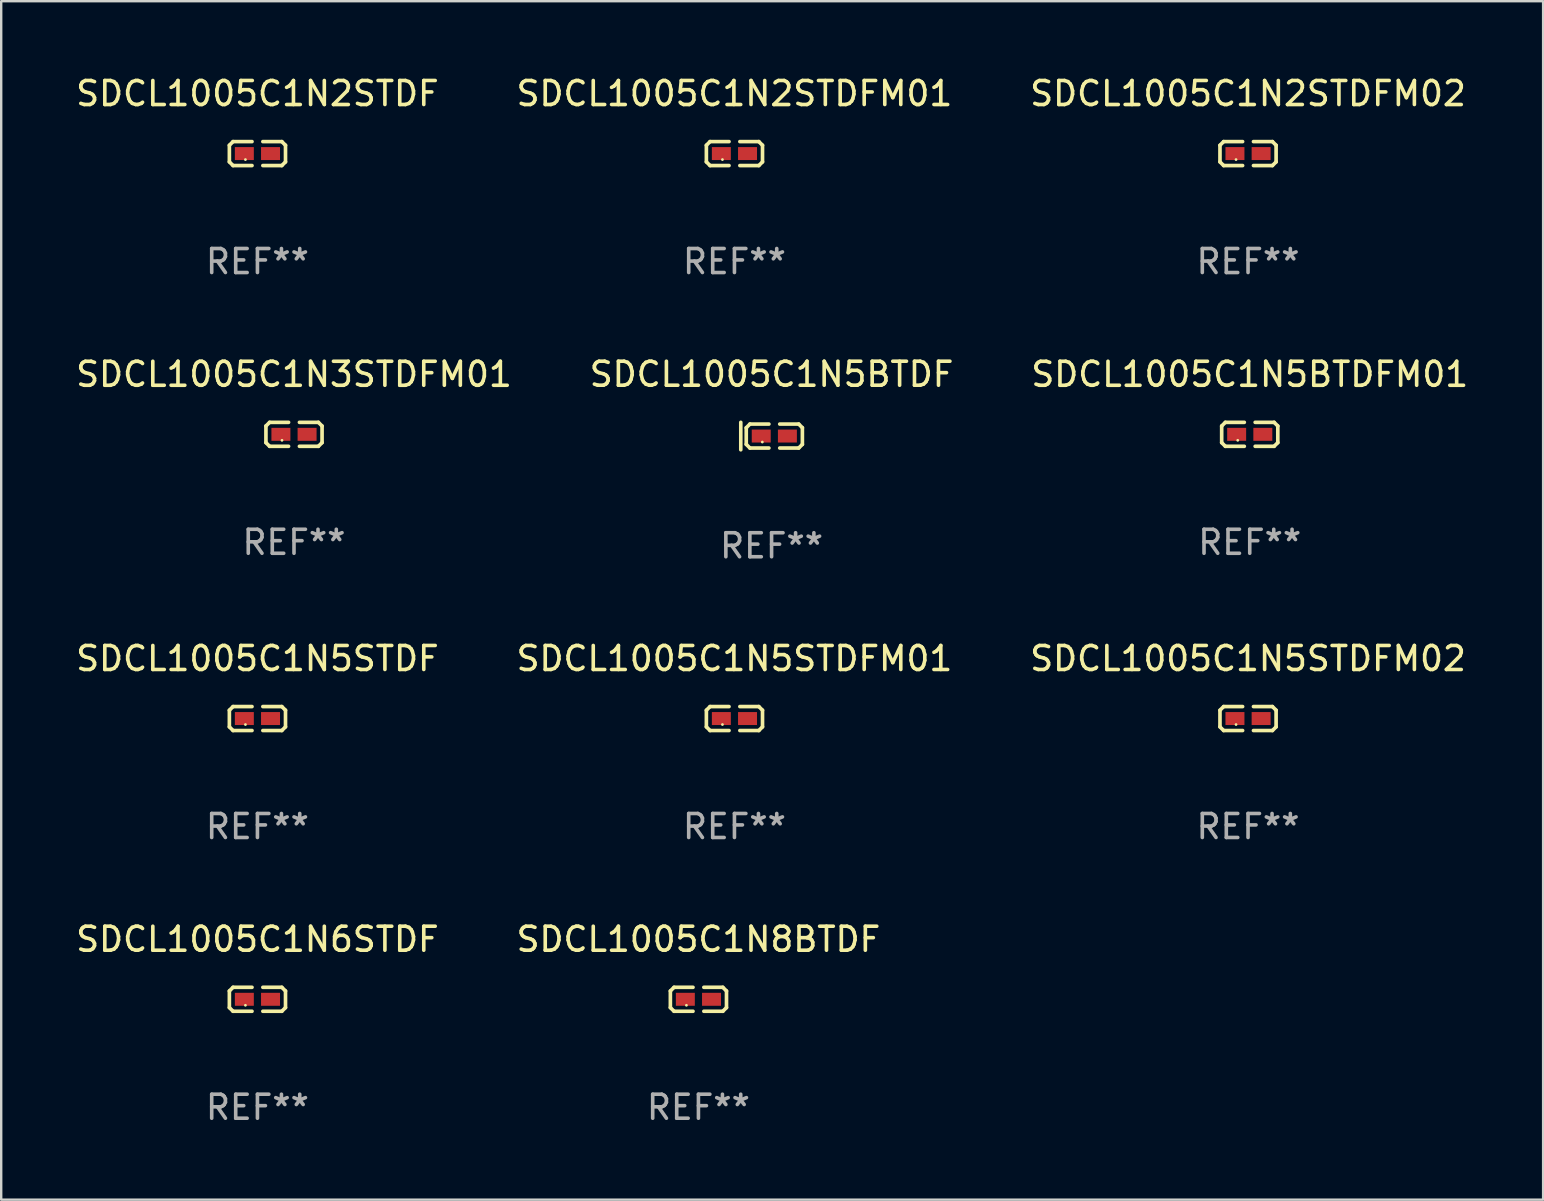
<source format=kicad_pcb>
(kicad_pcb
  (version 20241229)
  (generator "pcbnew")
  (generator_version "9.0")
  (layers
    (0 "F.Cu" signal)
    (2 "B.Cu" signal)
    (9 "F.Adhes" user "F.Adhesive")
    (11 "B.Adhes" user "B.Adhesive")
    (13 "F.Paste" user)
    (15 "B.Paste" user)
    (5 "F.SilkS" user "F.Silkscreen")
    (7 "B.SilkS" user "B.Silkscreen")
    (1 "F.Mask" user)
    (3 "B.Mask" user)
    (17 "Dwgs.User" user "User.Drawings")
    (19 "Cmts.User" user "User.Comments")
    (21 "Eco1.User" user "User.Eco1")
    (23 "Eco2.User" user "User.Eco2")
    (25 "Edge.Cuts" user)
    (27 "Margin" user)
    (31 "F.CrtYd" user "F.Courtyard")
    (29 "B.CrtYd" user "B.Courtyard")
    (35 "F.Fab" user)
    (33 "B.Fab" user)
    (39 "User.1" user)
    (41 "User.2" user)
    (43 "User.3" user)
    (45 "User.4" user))
  (footprint "SDCL1005C1N5BTDF"
    (layer "F.Cu")
    (at 29.089 15.113)
    (property "Reference" "SDCL1005C1N5BTDF" (at 0 -2.572 0) (layer "F.SilkS") (effects (font (size 1 1) (thickness 0.15))))
    (attr through_hole)
    (fp_line (start -1.283 -0.572) (end -1.283 0.572) (stroke (width 0.15) (type solid)) (layer "F.SilkS"))
    (fp_line (start -1.055 -0.346) (end -0.902 -0.499) (stroke (width 0.152) (type solid)) (layer "F.SilkS"))
    (fp_line (start -1.055 0.346) (end -1.055 -0.346) (stroke (width 0.152) (type solid)) (layer "F.SilkS"))
    (fp_line (start -0.902 -0.499) (end -0.112 -0.499) (stroke (width 0.152) (type solid)) (layer "F.SilkS"))
    (fp_line (start -0.902 0.499) (end -1.055 0.346) (stroke (width 0.152) (type solid)) (layer "F.SilkS"))
    (fp_line (start -0.112 0.499) (end -0.902 0.499) (stroke (width 0.152) (type solid)) (layer "F.SilkS"))
    (fp_line (start 0.34 0.499) (end 1.13 0.499) (stroke (width 0.152) (type solid)) (layer "F.SilkS"))
    (fp_line (start 1.13 -0.499) (end 0.34 -0.499) (stroke (width 0.152) (type solid)) (layer "F.SilkS"))
    (fp_line (start 1.13 0.499) (end 1.283 0.346) (stroke (width 0.152) (type solid)) (layer "F.SilkS"))
    (fp_line (start 1.283 -0.346) (end 1.13 -0.499) (stroke (width 0.152) (type solid)) (layer "F.SilkS"))
    (fp_line (start 1.283 0.346) (end 1.283 -0.346) (stroke (width 0.152) (type solid)) (layer "F.SilkS"))
    (fp_circle (center -0.386 0.25) (end -0.356 0.25) (stroke (width 0.06) (type solid)) (fill no) (layer "F.SilkS"))
    (fp_text user "REF**" (at 0 4.572 0) (layer "F.Fab") (effects (font (size 1 1) (thickness 0.15))))
    (pad "1" smd rect (at -0.431 0) (size 0.79 0.54) (layers "F.Cu" "F.Mask" "F.Paste"))
    (pad "2" smd rect (at 0.659 0) (size 0.79 0.54) (layers "F.Cu" "F.Mask" "F.Paste")))
  (footprint "SDCL1005C1N5BTDFM01"
    (layer "F.Cu")
    (at 49.006 15.041)
    (property "Reference" "SDCL1005C1N5BTDFM01" (at 0 -2.499 0) (layer "F.SilkS") (effects (font (size 1 1) (thickness 0.15))))
    (attr through_hole)
    (fp_line (start -1.169 -0.346) (end -1.016 -0.499) (stroke (width 0.152) (type solid)) (layer "F.SilkS"))
    (fp_line (start -1.169 0.346) (end -1.169 -0.346) (stroke (width 0.152) (type solid)) (layer "F.SilkS"))
    (fp_line (start -1.016 -0.499) (end -0.226 -0.499) (stroke (width 0.152) (type solid)) (layer "F.SilkS"))
    (fp_line (start -1.016 0.499) (end -1.169 0.346) (stroke (width 0.152) (type solid)) (layer "F.SilkS"))
    (fp_line (start -0.226 0.499) (end -1.016 0.499) (stroke (width 0.152) (type solid)) (layer "F.SilkS"))
    (fp_line (start 0.226 0.499) (end 1.016 0.499) (stroke (width 0.152) (type solid)) (layer "F.SilkS"))
    (fp_line (start 1.016 -0.499) (end 0.226 -0.499) (stroke (width 0.152) (type solid)) (layer "F.SilkS"))
    (fp_line (start 1.016 0.499) (end 1.169 0.346) (stroke (width 0.152) (type solid)) (layer "F.SilkS"))
    (fp_line (start 1.169 -0.346) (end 1.016 -0.499) (stroke (width 0.152) (type solid)) (layer "F.SilkS"))
    (fp_line (start 1.169 0.346) (end 1.169 -0.346) (stroke (width 0.152) (type solid)) (layer "F.SilkS"))
    (fp_circle (center -0.5 0.25) (end -0.47 0.25) (stroke (width 0.06) (type solid)) (fill no) (layer "F.SilkS"))
    (fp_text user "REF**" (at 0 4.499 0) (layer "F.Fab") (effects (font (size 1 1) (thickness 0.15))))
    (pad "1" smd rect (at -0.545 0) (size 0.79 0.54) (layers "F.Cu" "F.Mask" "F.Paste"))
    (pad "2" smd rect (at 0.545 0) (size 0.79 0.54) (layers "F.Cu" "F.Mask" "F.Paste")))
  (footprint "SDCL1005C1N5STDF"
    (layer "F.Cu")
    (at 7.673 26.88)
    (property "Reference" "SDCL1005C1N5STDF" (at 0 -2.499 0) (layer "F.SilkS") (effects (font (size 1 1) (thickness 0.15))))
    (attr through_hole)
    (fp_line (start -1.169 -0.346) (end -1.016 -0.499) (stroke (width 0.152) (type solid)) (layer "F.SilkS"))
    (fp_line (start -1.169 0.346) (end -1.169 -0.346) (stroke (width 0.152) (type solid)) (layer "F.SilkS"))
    (fp_line (start -1.016 -0.499) (end -0.226 -0.499) (stroke (width 0.152) (type solid)) (layer "F.SilkS"))
    (fp_line (start -1.016 0.499) (end -1.169 0.346) (stroke (width 0.152) (type solid)) (layer "F.SilkS"))
    (fp_line (start -0.226 0.499) (end -1.016 0.499) (stroke (width 0.152) (type solid)) (layer "F.SilkS"))
    (fp_line (start 0.226 0.499) (end 1.016 0.499) (stroke (width 0.152) (type solid)) (layer "F.SilkS"))
    (fp_line (start 1.016 -0.499) (end 0.226 -0.499) (stroke (width 0.152) (type solid)) (layer "F.SilkS"))
    (fp_line (start 1.016 0.499) (end 1.169 0.346) (stroke (width 0.152) (type solid)) (layer "F.SilkS"))
    (fp_line (start 1.169 -0.346) (end 1.016 -0.499) (stroke (width 0.152) (type solid)) (layer "F.SilkS"))
    (fp_line (start 1.169 0.346) (end 1.169 -0.346) (stroke (width 0.152) (type solid)) (layer "F.SilkS"))
    (fp_circle (center -0.5 0.25) (end -0.47 0.25) (stroke (width 0.06) (type solid)) (fill no) (layer "F.SilkS"))
    (fp_text user "REF**" (at 0 4.499 0) (layer "F.Fab") (effects (font (size 1 1) (thickness 0.15))))
    (pad "1" smd rect (at -0.545 0) (size 0.79 0.54) (layers "F.Cu" "F.Mask" "F.Paste"))
    (pad "2" smd rect (at 0.545 0) (size 0.79 0.54) (layers "F.Cu" "F.Mask" "F.Paste")))
  (footprint "SDCL1005C1N5STDFM02"
    (layer "F.Cu")
    (at 48.935 26.88)
    (property "Reference" "SDCL1005C1N5STDFM02" (at 0 -2.499 0) (layer "F.SilkS") (effects (font (size 1 1) (thickness 0.15))))
    (attr through_hole)
    (fp_line (start -1.169 -0.346) (end -1.016 -0.499) (stroke (width 0.152) (type solid)) (layer "F.SilkS"))
    (fp_line (start -1.169 0.346) (end -1.169 -0.346) (stroke (width 0.152) (type solid)) (layer "F.SilkS"))
    (fp_line (start -1.016 -0.499) (end -0.226 -0.499) (stroke (width 0.152) (type solid)) (layer "F.SilkS"))
    (fp_line (start -1.016 0.499) (end -1.169 0.346) (stroke (width 0.152) (type solid)) (layer "F.SilkS"))
    (fp_line (start -0.226 0.499) (end -1.016 0.499) (stroke (width 0.152) (type solid)) (layer "F.SilkS"))
    (fp_line (start 0.226 0.499) (end 1.016 0.499) (stroke (width 0.152) (type solid)) (layer "F.SilkS"))
    (fp_line (start 1.016 -0.499) (end 0.226 -0.499) (stroke (width 0.152) (type solid)) (layer "F.SilkS"))
    (fp_line (start 1.016 0.499) (end 1.169 0.346) (stroke (width 0.152) (type solid)) (layer "F.SilkS"))
    (fp_line (start 1.169 -0.346) (end 1.016 -0.499) (stroke (width 0.152) (type solid)) (layer "F.SilkS"))
    (fp_line (start 1.169 0.346) (end 1.169 -0.346) (stroke (width 0.152) (type solid)) (layer "F.SilkS"))
    (fp_circle (center -0.5 0.25) (end -0.47 0.25) (stroke (width 0.06) (type solid)) (fill no) (layer "F.SilkS"))
    (fp_text user "REF**" (at 0 4.499 0) (layer "F.Fab") (effects (font (size 1 1) (thickness 0.15))))
    (pad "1" smd rect (at -0.545 0) (size 0.79 0.54) (layers "F.Cu" "F.Mask" "F.Paste"))
    (pad "2" smd rect (at 0.545 0) (size 0.79 0.54) (layers "F.Cu" "F.Mask" "F.Paste")))
  (footprint "SDCL1005C1N8BTDF"
    (layer "F.Cu")
    (at 26.042 38.574)
    (property "Reference" "SDCL1005C1N8BTDF" (at 0 -2.499 0) (layer "F.SilkS") (effects (font (size 1 1) (thickness 0.15))))
    (attr through_hole)
    (fp_line (start -1.169 -0.346) (end -1.016 -0.499) (stroke (width 0.152) (type solid)) (layer "F.SilkS"))
    (fp_line (start -1.169 0.346) (end -1.169 -0.346) (stroke (width 0.152) (type solid)) (layer "F.SilkS"))
    (fp_line (start -1.016 -0.499) (end -0.226 -0.499) (stroke (width 0.152) (type solid)) (layer "F.SilkS"))
    (fp_line (start -1.016 0.499) (end -1.169 0.346) (stroke (width 0.152) (type solid)) (layer "F.SilkS"))
    (fp_line (start -0.226 0.499) (end -1.016 0.499) (stroke (width 0.152) (type solid)) (layer "F.SilkS"))
    (fp_line (start 0.226 0.499) (end 1.016 0.499) (stroke (width 0.152) (type solid)) (layer "F.SilkS"))
    (fp_line (start 1.016 -0.499) (end 0.226 -0.499) (stroke (width 0.152) (type solid)) (layer "F.SilkS"))
    (fp_line (start 1.016 0.499) (end 1.169 0.346) (stroke (width 0.152) (type solid)) (layer "F.SilkS"))
    (fp_line (start 1.169 -0.346) (end 1.016 -0.499) (stroke (width 0.152) (type solid)) (layer "F.SilkS"))
    (fp_line (start 1.169 0.346) (end 1.169 -0.346) (stroke (width 0.152) (type solid)) (layer "F.SilkS"))
    (fp_circle (center -0.5 0.25) (end -0.47 0.25) (stroke (width 0.06) (type solid)) (fill no) (layer "F.SilkS"))
    (fp_text user "REF**" (at 0 4.499 0) (layer "F.Fab") (effects (font (size 1 1) (thickness 0.15))))
    (pad "1" smd rect (at -0.545 0) (size 0.79 0.54) (layers "F.Cu" "F.Mask" "F.Paste"))
    (pad "2" smd rect (at 0.545 0) (size 0.79 0.54) (layers "F.Cu" "F.Mask" "F.Paste")))
  (footprint "SDCL1005C1N5STDFM01"
    (layer "F.Cu")
    (at 27.542 26.88)
    (property "Reference" "SDCL1005C1N5STDFM01" (at 0 -2.499 0) (layer "F.SilkS") (effects (font (size 1 1) (thickness 0.15))))
    (attr through_hole)
    (fp_line (start -1.169 -0.346) (end -1.016 -0.499) (stroke (width 0.152) (type solid)) (layer "F.SilkS"))
    (fp_line (start -1.169 0.346) (end -1.169 -0.346) (stroke (width 0.152) (type solid)) (layer "F.SilkS"))
    (fp_line (start -1.016 -0.499) (end -0.226 -0.499) (stroke (width 0.152) (type solid)) (layer "F.SilkS"))
    (fp_line (start -1.016 0.499) (end -1.169 0.346) (stroke (width 0.152) (type solid)) (layer "F.SilkS"))
    (fp_line (start -0.226 0.499) (end -1.016 0.499) (stroke (width 0.152) (type solid)) (layer "F.SilkS"))
    (fp_line (start 0.226 0.499) (end 1.016 0.499) (stroke (width 0.152) (type solid)) (layer "F.SilkS"))
    (fp_line (start 1.016 -0.499) (end 0.226 -0.499) (stroke (width 0.152) (type solid)) (layer "F.SilkS"))
    (fp_line (start 1.016 0.499) (end 1.169 0.346) (stroke (width 0.152) (type solid)) (layer "F.SilkS"))
    (fp_line (start 1.169 -0.346) (end 1.016 -0.499) (stroke (width 0.152) (type solid)) (layer "F.SilkS"))
    (fp_line (start 1.169 0.346) (end 1.169 -0.346) (stroke (width 0.152) (type solid)) (layer "F.SilkS"))
    (fp_circle (center -0.5 0.25) (end -0.47 0.25) (stroke (width 0.06) (type solid)) (fill no) (layer "F.SilkS"))
    (fp_text user "REF**" (at 0 4.499 0) (layer "F.Fab") (effects (font (size 1 1) (thickness 0.15))))
    (pad "1" smd rect (at -0.545 0) (size 0.79 0.54) (layers "F.Cu" "F.Mask" "F.Paste"))
    (pad "2" smd rect (at 0.545 0) (size 0.79 0.54) (layers "F.Cu" "F.Mask" "F.Paste")))
  (footprint "SDCL1005C1N2STDF"
    (layer "F.Cu")
    (at 7.673 3.347)
    (property "Reference" "SDCL1005C1N2STDF" (at 0 -2.499 0) (layer "F.SilkS") (effects (font (size 1 1) (thickness 0.15))))
    (attr through_hole)
    (fp_line (start -1.169 -0.346) (end -1.016 -0.499) (stroke (width 0.152) (type solid)) (layer "F.SilkS"))
    (fp_line (start -1.169 0.346) (end -1.169 -0.346) (stroke (width 0.152) (type solid)) (layer "F.SilkS"))
    (fp_line (start -1.016 -0.499) (end -0.226 -0.499) (stroke (width 0.152) (type solid)) (layer "F.SilkS"))
    (fp_line (start -1.016 0.499) (end -1.169 0.346) (stroke (width 0.152) (type solid)) (layer "F.SilkS"))
    (fp_line (start -0.226 0.499) (end -1.016 0.499) (stroke (width 0.152) (type solid)) (layer "F.SilkS"))
    (fp_line (start 0.226 0.499) (end 1.016 0.499) (stroke (width 0.152) (type solid)) (layer "F.SilkS"))
    (fp_line (start 1.016 -0.499) (end 0.226 -0.499) (stroke (width 0.152) (type solid)) (layer "F.SilkS"))
    (fp_line (start 1.016 0.499) (end 1.169 0.346) (stroke (width 0.152) (type solid)) (layer "F.SilkS"))
    (fp_line (start 1.169 -0.346) (end 1.016 -0.499) (stroke (width 0.152) (type solid)) (layer "F.SilkS"))
    (fp_line (start 1.169 0.346) (end 1.169 -0.346) (stroke (width 0.152) (type solid)) (layer "F.SilkS"))
    (fp_circle (center -0.5 0.25) (end -0.47 0.25) (stroke (width 0.06) (type solid)) (fill no) (layer "F.SilkS"))
    (fp_text user "REF**" (at 0 4.499 0) (layer "F.Fab") (effects (font (size 1 1) (thickness 0.15))))
    (pad "1" smd rect (at -0.545 0) (size 0.79 0.54) (layers "F.Cu" "F.Mask" "F.Paste"))
    (pad "2" smd rect (at 0.545 0) (size 0.79 0.54) (layers "F.Cu" "F.Mask" "F.Paste")))
  (footprint "SDCL1005C1N2STDFM01"
    (layer "F.Cu")
    (at 27.542 3.347)
    (property "Reference" "SDCL1005C1N2STDFM01" (at 0 -2.499 0) (layer "F.SilkS") (effects (font (size 1 1) (thickness 0.15))))
    (attr through_hole)
    (fp_line (start -1.169 -0.346) (end -1.016 -0.499) (stroke (width 0.152) (type solid)) (layer "F.SilkS"))
    (fp_line (start -1.169 0.346) (end -1.169 -0.346) (stroke (width 0.152) (type solid)) (layer "F.SilkS"))
    (fp_line (start -1.016 -0.499) (end -0.226 -0.499) (stroke (width 0.152) (type solid)) (layer "F.SilkS"))
    (fp_line (start -1.016 0.499) (end -1.169 0.346) (stroke (width 0.152) (type solid)) (layer "F.SilkS"))
    (fp_line (start -0.226 0.499) (end -1.016 0.499) (stroke (width 0.152) (type solid)) (layer "F.SilkS"))
    (fp_line (start 0.226 0.499) (end 1.016 0.499) (stroke (width 0.152) (type solid)) (layer "F.SilkS"))
    (fp_line (start 1.016 -0.499) (end 0.226 -0.499) (stroke (width 0.152) (type solid)) (layer "F.SilkS"))
    (fp_line (start 1.016 0.499) (end 1.169 0.346) (stroke (width 0.152) (type solid)) (layer "F.SilkS"))
    (fp_line (start 1.169 -0.346) (end 1.016 -0.499) (stroke (width 0.152) (type solid)) (layer "F.SilkS"))
    (fp_line (start 1.169 0.346) (end 1.169 -0.346) (stroke (width 0.152) (type solid)) (layer "F.SilkS"))
    (fp_circle (center -0.5 0.25) (end -0.47 0.25) (stroke (width 0.06) (type solid)) (fill no) (layer "F.SilkS"))
    (fp_text user "REF**" (at 0 4.499 0) (layer "F.Fab") (effects (font (size 1 1) (thickness 0.15))))
    (pad "1" smd rect (at -0.545 0) (size 0.79 0.54) (layers "F.Cu" "F.Mask" "F.Paste"))
    (pad "2" smd rect (at 0.545 0) (size 0.79 0.54) (layers "F.Cu" "F.Mask" "F.Paste")))
  (footprint "SDCL1005C1N3STDFM01"
    (layer "F.Cu")
    (at 9.196 15.041)
    (property "Reference" "SDCL1005C1N3STDFM01" (at 0 -2.499 0) (layer "F.SilkS") (effects (font (size 1 1) (thickness 0.15))))
    (attr through_hole)
    (fp_line (start -1.169 -0.346) (end -1.016 -0.499) (stroke (width 0.152) (type solid)) (layer "F.SilkS"))
    (fp_line (start -1.169 0.346) (end -1.169 -0.346) (stroke (width 0.152) (type solid)) (layer "F.SilkS"))
    (fp_line (start -1.016 -0.499) (end -0.226 -0.499) (stroke (width 0.152) (type solid)) (layer "F.SilkS"))
    (fp_line (start -1.016 0.499) (end -1.169 0.346) (stroke (width 0.152) (type solid)) (layer "F.SilkS"))
    (fp_line (start -0.226 0.499) (end -1.016 0.499) (stroke (width 0.152) (type solid)) (layer "F.SilkS"))
    (fp_line (start 0.226 0.499) (end 1.016 0.499) (stroke (width 0.152) (type solid)) (layer "F.SilkS"))
    (fp_line (start 1.016 -0.499) (end 0.226 -0.499) (stroke (width 0.152) (type solid)) (layer "F.SilkS"))
    (fp_line (start 1.016 0.499) (end 1.169 0.346) (stroke (width 0.152) (type solid)) (layer "F.SilkS"))
    (fp_line (start 1.169 -0.346) (end 1.016 -0.499) (stroke (width 0.152) (type solid)) (layer "F.SilkS"))
    (fp_line (start 1.169 0.346) (end 1.169 -0.346) (stroke (width 0.152) (type solid)) (layer "F.SilkS"))
    (fp_circle (center -0.5 0.25) (end -0.47 0.25) (stroke (width 0.06) (type solid)) (fill no) (layer "F.SilkS"))
    (fp_text user "REF**" (at 0 4.499 0) (layer "F.Fab") (effects (font (size 1 1) (thickness 0.15))))
    (pad "1" smd rect (at -0.545 0) (size 0.79 0.54) (layers "F.Cu" "F.Mask" "F.Paste"))
    (pad "2" smd rect (at 0.545 0) (size 0.79 0.54) (layers "F.Cu" "F.Mask" "F.Paste")))
  (footprint "SDCL1005C1N2STDFM02"
    (layer "F.Cu")
    (at 48.935 3.347)
    (property "Reference" "SDCL1005C1N2STDFM02" (at 0 -2.499 0) (layer "F.SilkS") (effects (font (size 1 1) (thickness 0.15))))
    (attr through_hole)
    (fp_line (start -1.169 -0.346) (end -1.016 -0.499) (stroke (width 0.152) (type solid)) (layer "F.SilkS"))
    (fp_line (start -1.169 0.346) (end -1.169 -0.346) (stroke (width 0.152) (type solid)) (layer "F.SilkS"))
    (fp_line (start -1.016 -0.499) (end -0.226 -0.499) (stroke (width 0.152) (type solid)) (layer "F.SilkS"))
    (fp_line (start -1.016 0.499) (end -1.169 0.346) (stroke (width 0.152) (type solid)) (layer "F.SilkS"))
    (fp_line (start -0.226 0.499) (end -1.016 0.499) (stroke (width 0.152) (type solid)) (layer "F.SilkS"))
    (fp_line (start 0.226 0.499) (end 1.016 0.499) (stroke (width 0.152) (type solid)) (layer "F.SilkS"))
    (fp_line (start 1.016 -0.499) (end 0.226 -0.499) (stroke (width 0.152) (type solid)) (layer "F.SilkS"))
    (fp_line (start 1.016 0.499) (end 1.169 0.346) (stroke (width 0.152) (type solid)) (layer "F.SilkS"))
    (fp_line (start 1.169 -0.346) (end 1.016 -0.499) (stroke (width 0.152) (type solid)) (layer "F.SilkS"))
    (fp_line (start 1.169 0.346) (end 1.169 -0.346) (stroke (width 0.152) (type solid)) (layer "F.SilkS"))
    (fp_circle (center -0.5 0.25) (end -0.47 0.25) (stroke (width 0.06) (type solid)) (fill no) (layer "F.SilkS"))
    (fp_text user "REF**" (at 0 4.499 0) (layer "F.Fab") (effects (font (size 1 1) (thickness 0.15))))
    (pad "1" smd rect (at -0.545 0) (size 0.79 0.54) (layers "F.Cu" "F.Mask" "F.Paste"))
    (pad "2" smd rect (at 0.545 0) (size 0.79 0.54) (layers "F.Cu" "F.Mask" "F.Paste")))
  (footprint "SDCL1005C1N6STDF"
    (layer "F.Cu")
    (at 7.673 38.574)
    (property "Reference" "SDCL1005C1N6STDF" (at 0 -2.499 0) (layer "F.SilkS") (effects (font (size 1 1) (thickness 0.15))))
    (attr through_hole)
    (fp_line (start -1.169 -0.346) (end -1.016 -0.499) (stroke (width 0.152) (type solid)) (layer "F.SilkS"))
    (fp_line (start -1.169 0.346) (end -1.169 -0.346) (stroke (width 0.152) (type solid)) (layer "F.SilkS"))
    (fp_line (start -1.016 -0.499) (end -0.226 -0.499) (stroke (width 0.152) (type solid)) (layer "F.SilkS"))
    (fp_line (start -1.016 0.499) (end -1.169 0.346) (stroke (width 0.152) (type solid)) (layer "F.SilkS"))
    (fp_line (start -0.226 0.499) (end -1.016 0.499) (stroke (width 0.152) (type solid)) (layer "F.SilkS"))
    (fp_line (start 0.226 0.499) (end 1.016 0.499) (stroke (width 0.152) (type solid)) (layer "F.SilkS"))
    (fp_line (start 1.016 -0.499) (end 0.226 -0.499) (stroke (width 0.152) (type solid)) (layer "F.SilkS"))
    (fp_line (start 1.016 0.499) (end 1.169 0.346) (stroke (width 0.152) (type solid)) (layer "F.SilkS"))
    (fp_line (start 1.169 -0.346) (end 1.016 -0.499) (stroke (width 0.152) (type solid)) (layer "F.SilkS"))
    (fp_line (start 1.169 0.346) (end 1.169 -0.346) (stroke (width 0.152) (type solid)) (layer "F.SilkS"))
    (fp_circle (center -0.5 0.25) (end -0.47 0.25) (stroke (width 0.06) (type solid)) (fill no) (layer "F.SilkS"))
    (fp_text user "REF**" (at 0 4.499 0) (layer "F.Fab") (effects (font (size 1 1) (thickness 0.15))))
    (pad "1" smd rect (at -0.545 0) (size 0.79 0.54) (layers "F.Cu" "F.Mask" "F.Paste"))
    (pad "2" smd rect (at 0.545 0) (size 0.79 0.54) (layers "F.Cu" "F.Mask" "F.Paste")))
  (gr_rect
    (start -3 -3)
    (end 61.226 46.921)
    (stroke (width 0.1) (type default))
    (fill no)
    (layer "Edge.Cuts")))
</source>
